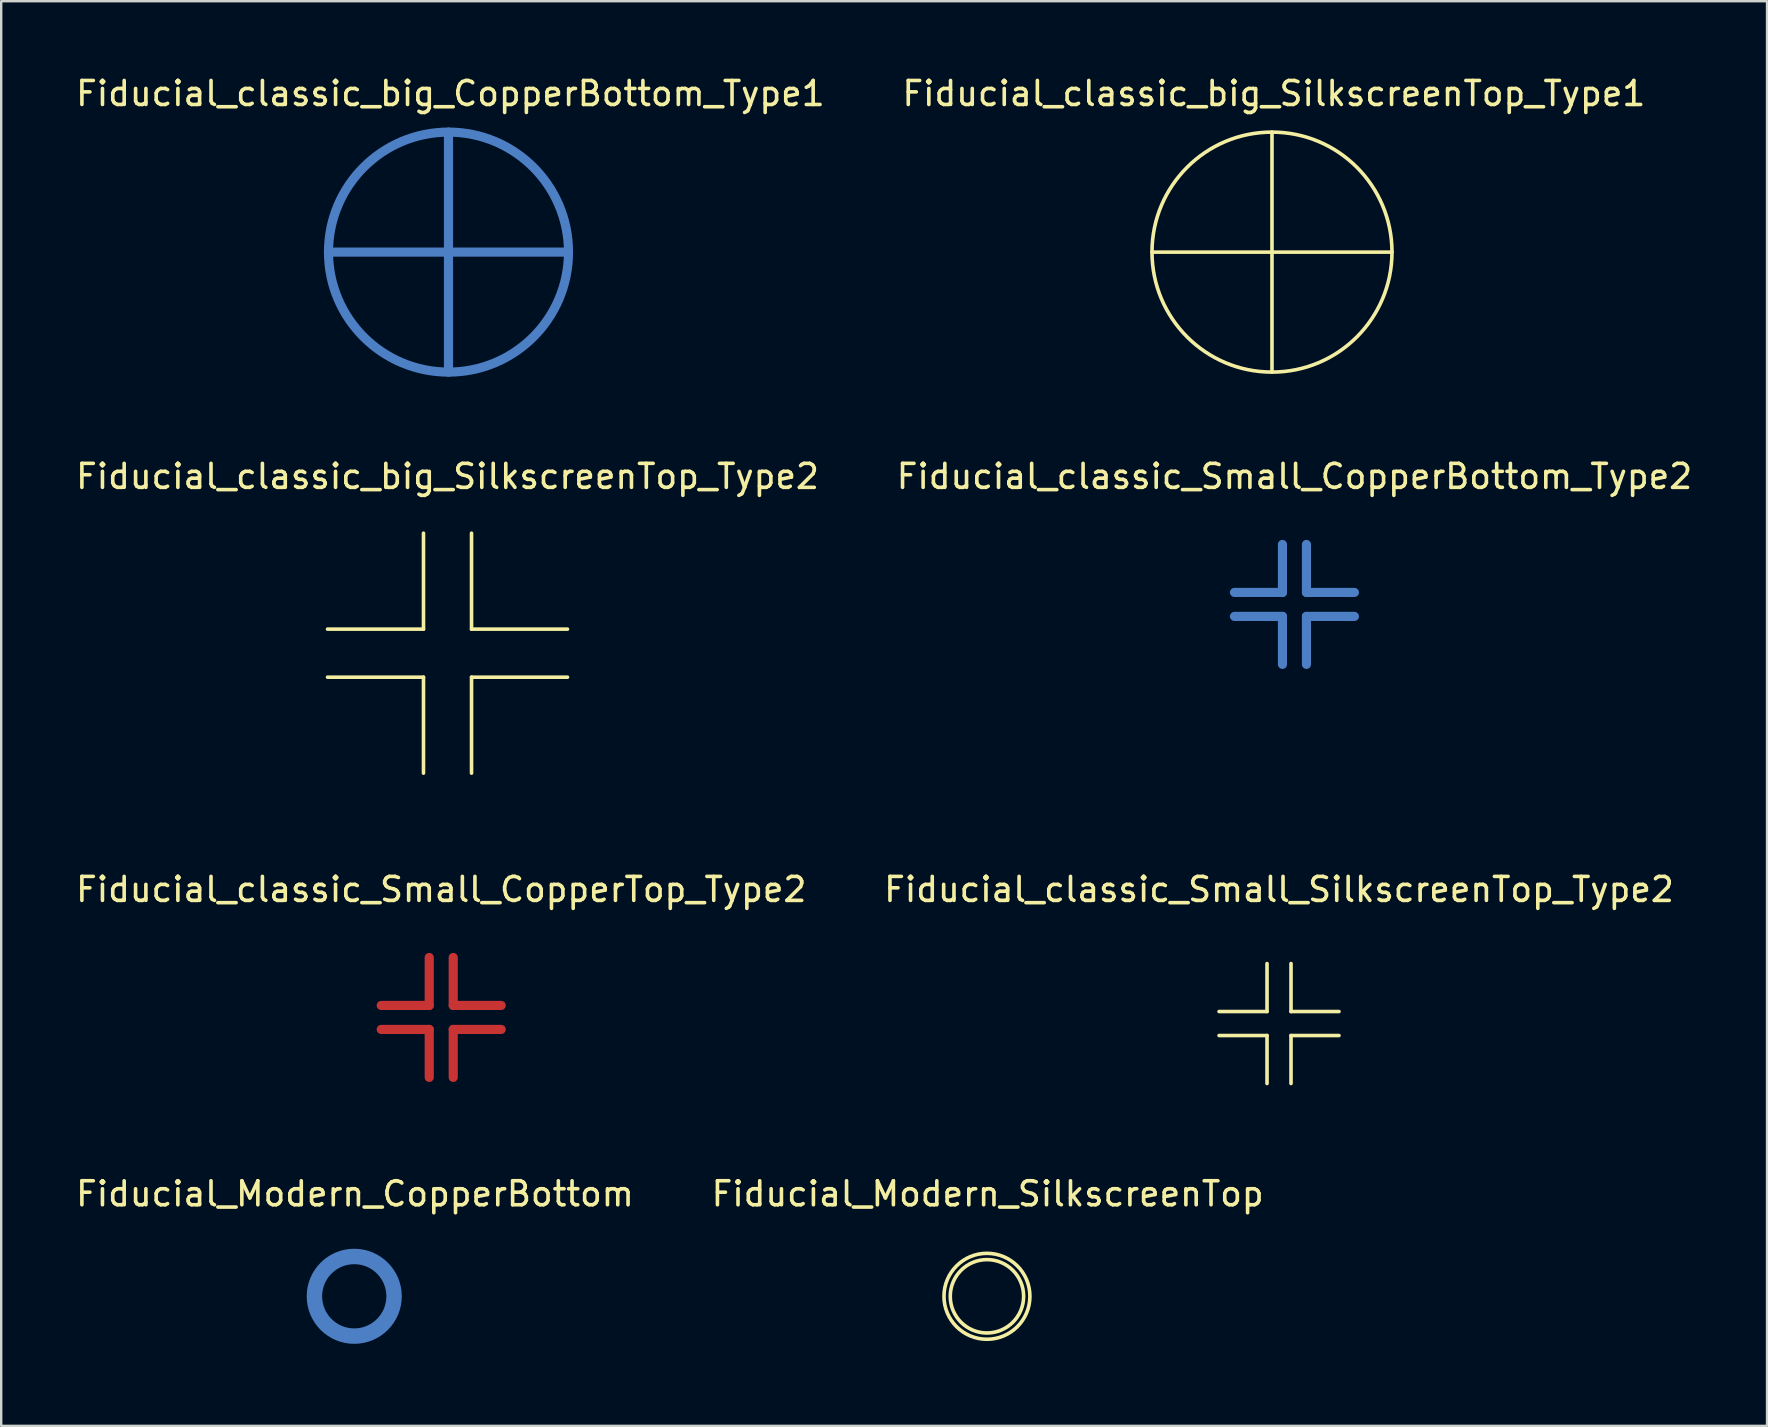
<source format=kicad_pcb>
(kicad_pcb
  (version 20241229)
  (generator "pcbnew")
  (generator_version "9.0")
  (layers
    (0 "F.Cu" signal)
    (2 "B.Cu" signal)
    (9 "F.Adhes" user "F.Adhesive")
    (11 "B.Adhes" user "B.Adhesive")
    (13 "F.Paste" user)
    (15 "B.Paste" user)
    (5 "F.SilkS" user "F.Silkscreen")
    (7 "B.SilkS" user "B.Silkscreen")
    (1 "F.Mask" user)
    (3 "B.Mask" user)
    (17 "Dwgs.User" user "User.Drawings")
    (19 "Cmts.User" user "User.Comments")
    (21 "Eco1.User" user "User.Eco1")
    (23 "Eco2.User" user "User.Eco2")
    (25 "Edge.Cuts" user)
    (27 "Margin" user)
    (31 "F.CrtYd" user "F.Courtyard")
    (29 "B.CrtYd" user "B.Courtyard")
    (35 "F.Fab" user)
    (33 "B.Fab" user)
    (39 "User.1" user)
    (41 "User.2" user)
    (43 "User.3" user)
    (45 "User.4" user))
  (footprint "Fiducial_classic_big_SilkscreenTop_Type1"
    (layer "F.Cu")
    (at 49.963 7.457)
    (property "Reference" "Fiducial_classic_big_SilkscreenTop_Type1" (at 0.079 -6.609 0) (layer "F.SilkS") (effects (font (size 1 1) (thickness 0.15))))
    (attr through_hole)
    (fp_line (start -5.001 0) (end 5.001 0) (stroke (width 0.15) (type solid)) (layer "F.SilkS"))
    (fp_line (start 0 -5.001) (end 0 5.001) (stroke (width 0.15) (type solid)) (layer "F.SilkS"))
    (fp_circle (center 0 0) (end 5.001 0) (stroke (width 0.15) (type solid)) (fill no) (layer "F.SilkS"))
    (pad "" smd circle (at 0 0) (size 11.001 11.001) (layers "F.Mask")))
  (footprint "Fiducial_classic_Small_SilkscreenTop_Type2"
    (layer "F.Cu")
    (at 50.256 39.608)
    (property "Reference" "Fiducial_classic_Small_SilkscreenTop_Type2" (at 0 -5.588 0) (layer "F.SilkS") (effects (font (size 1 1) (thickness 0.15))))
    (attr through_hole)
    (fp_line (start -0.5 -0.5) (end -2.499 -0.5) (stroke (width 0.15) (type solid)) (layer "F.SilkS"))
    (fp_line (start -0.5 -0.5) (end -0.5 -2.499) (stroke (width 0.15) (type solid)) (layer "F.SilkS"))
    (fp_line (start -0.5 0.5) (end -2.499 0.5) (stroke (width 0.15) (type solid)) (layer "F.SilkS"))
    (fp_line (start -0.5 0.5) (end -0.5 2.499) (stroke (width 0.15) (type solid)) (layer "F.SilkS"))
    (fp_line (start 0.5 -0.5) (end 0.5 -2.499) (stroke (width 0.15) (type solid)) (layer "F.SilkS"))
    (fp_line (start 0.5 -0.5) (end 2.499 -0.5) (stroke (width 0.15) (type solid)) (layer "F.SilkS"))
    (fp_line (start 0.5 0.5) (end 0.5 2.499) (stroke (width 0.15) (type solid)) (layer "F.SilkS"))
    (fp_line (start 0.5 0.5) (end 2.499 0.5) (stroke (width 0.15) (type solid)) (layer "F.SilkS"))
    (pad "" smd circle (at 0 0) (size 6.5 6.5) (layers "F.Mask")))
  (footprint "Fiducial_Modern_CopperBottom"
    (layer "F.Cu")
    (at 11.714 50.976)
    (property "Reference" "Fiducial_Modern_CopperBottom" (at 0.03 -4.27 0) (layer "F.SilkS") (effects (font (size 1 1) (thickness 0.15))))
    (attr through_hole)
    (fp_circle (center 0 0) (end 1.529 0) (stroke (width 0.381) (type solid)) (fill no) (layer "B.Cu"))
    (fp_circle (center 0 0) (end 1.791 0) (stroke (width 0.381) (type solid)) (fill no) (layer "B.Cu"))
    (pad "" smd circle (at 0 0) (size 4.801 4.801) (layers "B.Mask")))
  (footprint "Fiducial_classic_big_CopperBottom_Type1"
    (layer "F.Cu")
    (at 15.642 7.457)
    (property "Reference" "Fiducial_classic_big_CopperBottom_Type1" (at 0.079 -6.609 0) (layer "F.SilkS") (effects (font (size 1 1) (thickness 0.15))))
    (attr through_hole)
    (fp_line (start -5.001 0) (end 5.001 0) (stroke (width 0.381) (type solid)) (layer "B.Cu"))
    (fp_line (start 0 -5.001) (end 0 5.001) (stroke (width 0.381) (type solid)) (layer "B.Cu"))
    (fp_circle (center 0 0) (end 5.001 0) (stroke (width 0.381) (type solid)) (fill no) (layer "B.Cu"))
    (pad "" smd circle (at 0 0) (size 10.8 10.8) (layers "B.Mask")))
  (footprint "Fiducial_classic_Small_CopperTop_Type2"
    (layer "F.Cu")
    (at 15.339 39.354)
    (property "Reference" "Fiducial_classic_Small_CopperTop_Type2" (at 0 -5.334 0) (layer "F.SilkS") (effects (font (size 1 1) (thickness 0.15))))
    (attr through_hole)
    (fp_line (start -0.5 -0.5) (end -2.499 -0.5) (stroke (width 0.381) (type solid)) (layer "F.Cu"))
    (fp_line (start -0.5 -0.5) (end -0.5 -2.499) (stroke (width 0.381) (type solid)) (layer "F.Cu"))
    (fp_line (start -0.5 0.5) (end -2.499 0.5) (stroke (width 0.381) (type solid)) (layer "F.Cu"))
    (fp_line (start -0.5 0.5) (end -0.5 2.499) (stroke (width 0.381) (type solid)) (layer "F.Cu"))
    (fp_line (start 0.5 -0.5) (end 0.5 -2.499) (stroke (width 0.381) (type solid)) (layer "F.Cu"))
    (fp_line (start 0.5 -0.5) (end 2.499 -0.5) (stroke (width 0.381) (type solid)) (layer "F.Cu"))
    (fp_line (start 0.5 0.5) (end 0.5 2.499) (stroke (width 0.381) (type solid)) (layer "F.Cu"))
    (fp_line (start 0.5 0.5) (end 2.499 0.5) (stroke (width 0.381) (type solid)) (layer "F.Cu"))
    (pad "" smd circle (at 0 0) (size 6.5 6.5) (layers "F.Mask")))
  (footprint "Fiducial_classic_big_SilkscreenTop_Type2"
    (layer "F.Cu")
    (at 15.601 24.172)
    (property "Reference" "Fiducial_classic_big_SilkscreenTop_Type2" (at 0 -7.366 0) (layer "F.SilkS") (effects (font (size 1 1) (thickness 0.15))))
    (attr through_hole)
    (fp_line (start -1.001 -1.001) (end -5.001 -1.001) (stroke (width 0.15) (type solid)) (layer "F.SilkS"))
    (fp_line (start -1.001 -1.001) (end -1.001 -5.001) (stroke (width 0.15) (type solid)) (layer "F.SilkS"))
    (fp_line (start -1.001 1.001) (end -5.001 1.001) (stroke (width 0.15) (type solid)) (layer "F.SilkS"))
    (fp_line (start -1.001 1.001) (end -1.001 5.001) (stroke (width 0.15) (type solid)) (layer "F.SilkS"))
    (fp_line (start 1.001 -1.001) (end 1.001 -5.001) (stroke (width 0.15) (type solid)) (layer "F.SilkS"))
    (fp_line (start 1.001 -1.001) (end 5.001 -1.001) (stroke (width 0.15) (type solid)) (layer "F.SilkS"))
    (fp_line (start 1.001 1.001) (end 1.001 5.001) (stroke (width 0.15) (type solid)) (layer "F.SilkS"))
    (fp_line (start 1.001 1.001) (end 5.001 1.001) (stroke (width 0.15) (type solid)) (layer "F.SilkS"))
    (pad "" smd rect (at 0 0) (size 11.999 11.999) (layers "F.Mask")))
  (footprint "Fiducial_Modern_SilkscreenTop"
    (layer "F.Cu")
    (at 38.083 50.976)
    (property "Reference" "Fiducial_Modern_SilkscreenTop" (at 0.03 -4.27 0) (layer "F.SilkS") (effects (font (size 1 1) (thickness 0.15))))
    (attr through_hole)
    (fp_circle (center 0 0) (end 1.529 0) (stroke (width 0.15) (type solid)) (fill no) (layer "F.SilkS"))
    (fp_circle (center 0 0) (end 1.791 0) (stroke (width 0.15) (type solid)) (fill no) (layer "F.SilkS"))
    (pad "" smd circle (at 0 0) (size 4.801 4.801) (layers "F.Mask")))
  (footprint "Fiducial_classic_Small_CopperBottom_Type2"
    (layer "F.Cu")
    (at 50.899 22.14)
    (property "Reference" "Fiducial_classic_Small_CopperBottom_Type2" (at 0 -5.334 0) (layer "F.SilkS") (effects (font (size 1 1) (thickness 0.15))))
    (attr through_hole)
    (fp_line (start -0.5 -0.5) (end -2.499 -0.5) (stroke (width 0.381) (type solid)) (layer "B.Cu"))
    (fp_line (start -0.5 -0.5) (end -0.5 -2.499) (stroke (width 0.381) (type solid)) (layer "B.Cu"))
    (fp_line (start -0.5 0.5) (end -2.499 0.5) (stroke (width 0.381) (type solid)) (layer "B.Cu"))
    (fp_line (start -0.5 0.5) (end -0.5 2.499) (stroke (width 0.381) (type solid)) (layer "B.Cu"))
    (fp_line (start 0.5 -0.5) (end 0.5 -2.499) (stroke (width 0.381) (type solid)) (layer "B.Cu"))
    (fp_line (start 0.5 -0.5) (end 2.499 -0.5) (stroke (width 0.381) (type solid)) (layer "B.Cu"))
    (fp_line (start 0.5 0.5) (end 0.5 2.499) (stroke (width 0.381) (type solid)) (layer "B.Cu"))
    (fp_line (start 0.5 0.5) (end 2.499 0.5) (stroke (width 0.381) (type solid)) (layer "B.Cu"))
    (pad "" smd circle (at 0 0) (size 6.5 6.5) (layers "B.Mask")))
  (gr_rect
    (start -3 -3)
    (end 70.595 56.376)
    (stroke (width 0.1) (type default))
    (fill no)
    (layer "Edge.Cuts")))
</source>
